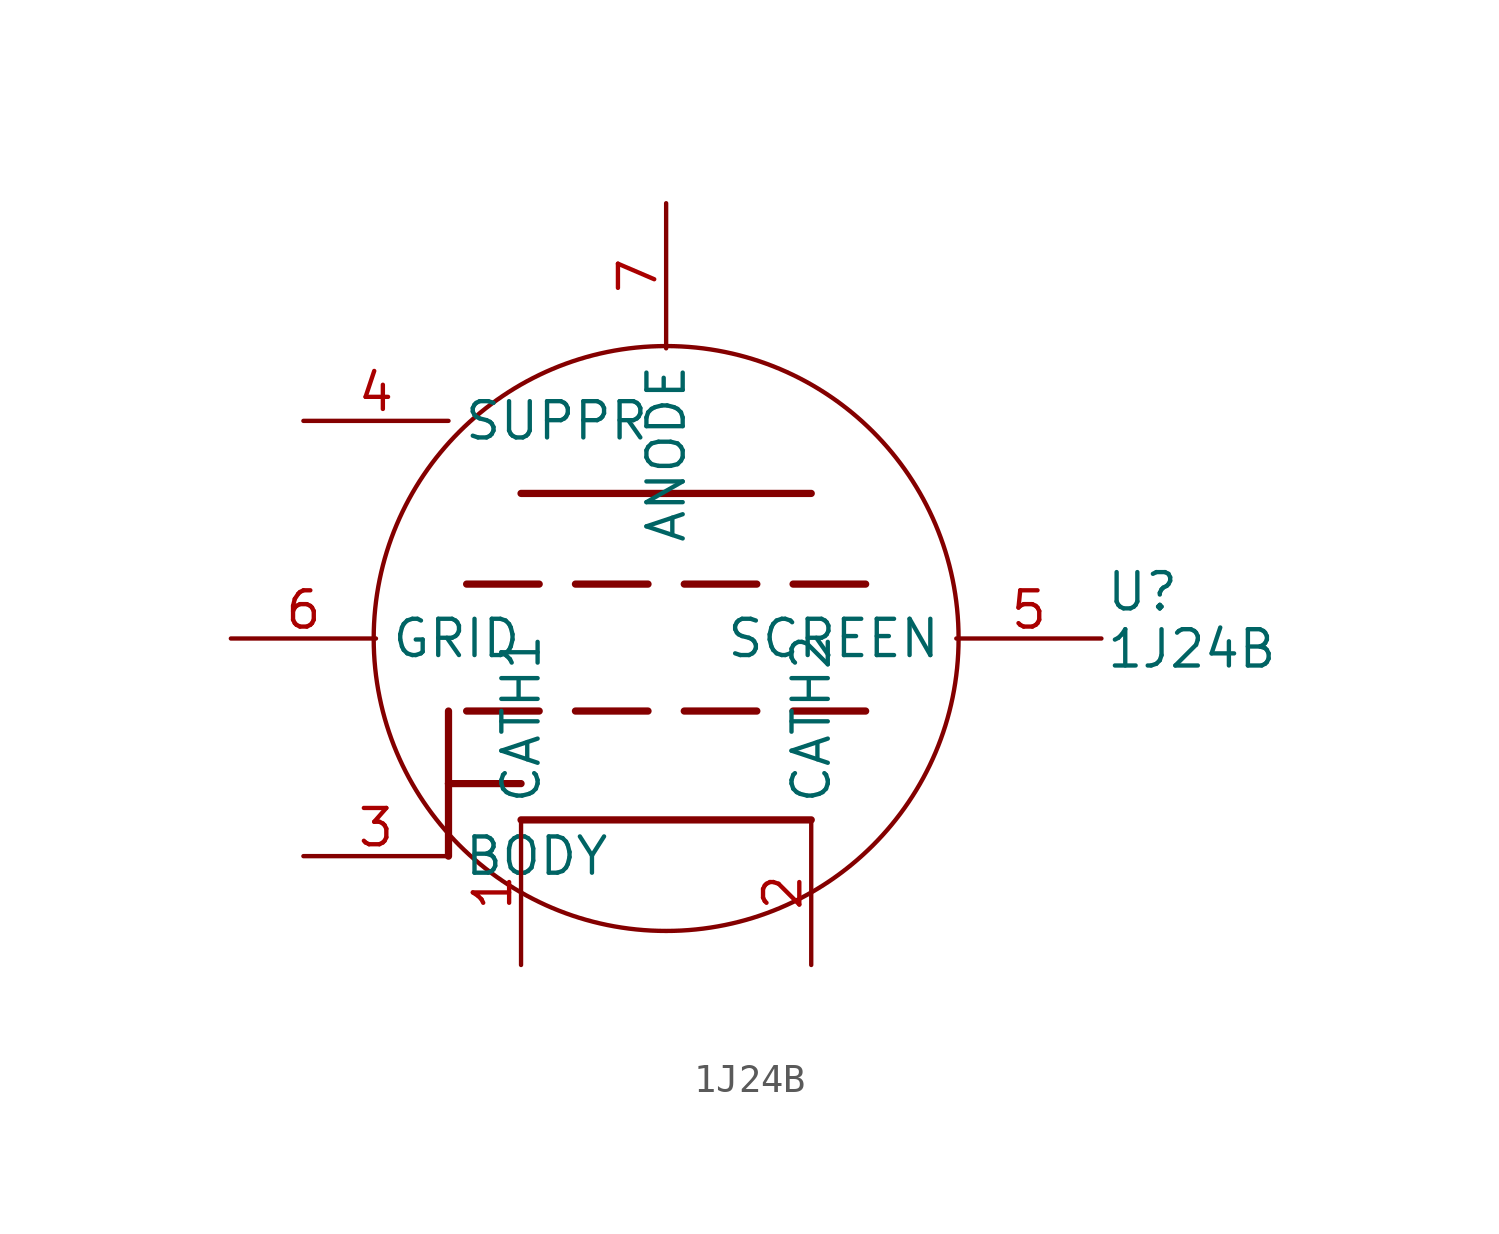
<source format=kicad_sym>
(kicad_symbol_lib
  (version 20220914)
  (generator kicad_symbol_editor)
  (symbol "1J24B"
    (property "Reference" "U"
      (at 15.37 1.635 360)
      (effects (font (size 1.27 1.27)) (justify left)))
    (property "Value" "1J24B"
      (at 15.37 -0.365 360)
      (effects (font (size 1.27 1.27)) (justify left)))
    (symbol "1J24B_1_0"
      (polyline (pts (xy -7.62 -5.08) (xy -7.62 -7.62)) (stroke (width 0.254) (type solid)) (fill (type none)))
      (polyline (pts (xy -7.62 -2.54) (xy -7.62 -5.08)) (stroke (width 0.254) (type solid)) (fill (type none)))
      (polyline (pts (xy -6.985 -2.54) (xy -4.445 -2.54)) (stroke (width 0.254) (type solid)) (fill (type none)))
      (polyline (pts (xy -6.985 1.905) (xy -4.445 1.905)) (stroke (width 0.254) (type solid)) (fill (type none)))
      (polyline (pts (xy -5.08 -6.35) (xy 5.08 -6.35)) (stroke (width 0.254) (type solid)) (fill (type none)))
      (polyline (pts (xy -5.08 -5.08) (xy -7.62 -5.08)) (stroke (width 0.254) (type solid)) (fill (type none)))
      (polyline (pts (xy -5.08 5.08) (xy 0 5.08)) (stroke (width 0.254) (type solid)) (fill (type none)))
      (polyline (pts (xy -3.175 -2.54) (xy -0.635 -2.54)) (stroke (width 0.254) (type solid)) (fill (type none)))
      (polyline (pts (xy -3.175 1.905) (xy -0.635 1.905)) (stroke (width 0.254) (type solid)) (fill (type none)))
      (polyline (pts (xy 0 5.08) (xy 5.08 5.08)) (stroke (width 0.254) (type solid)) (fill (type none)))
      (polyline (pts (xy 0.635 -2.54) (xy 3.175 -2.54)) (stroke (width 0.254) (type solid)) (fill (type none)))
      (polyline (pts (xy 0.635 1.905) (xy 3.175 1.905)) (stroke (width 0.254) (type solid)) (fill (type none)))
      (polyline (pts (xy 4.445 -2.54) (xy 6.985 -2.54)) (stroke (width 0.254) (type solid)) (fill (type none)))
      (polyline (pts (xy 4.445 1.905) (xy 6.985 1.905)) (stroke (width 0.254) (type solid)) (fill (type none))))
    (symbol "1J24B_1_1"
      (circle (center 0 0) (radius 10.239) (stroke (width 0) (type default)) (fill (type none)))
      (pin input line (at -5.08 -11.43 90) (length 5.08) (name "CATH1" (effects (font (size 1.27 1.27)))) (number "1" (effects (font (size 1.27 1.27)))))
      (pin input line (at 5.08 -11.43 90) (length 5.08) (name "CATH2" (effects (font (size 1.27 1.27)))) (number "2" (effects (font (size 1.27 1.27)))))
      (pin input line (at -12.7 -7.62 0) (length 5.08) (name "BODY" (effects (font (size 1.27 1.27)))) (number "3" (effects (font (size 1.27 1.27)))))
      (pin input line (at -12.7 7.62 0) (length 5.08) (name "SUPPR" (effects (font (size 1.27 1.27)))) (number "4" (effects (font (size 1.27 1.27)))))
      (pin input line (at 15.24 0 180) (length 5.08) (name "SCREEN" (effects (font (size 1.27 1.27)))) (number "5" (effects (font (size 1.27 1.27)))))
      (pin input line (at -15.24 0 0) (length 5.08) (name "GRID" (effects (font (size 1.27 1.27)))) (number "6" (effects (font (size 1.27 1.27)))))
      (pin input line (at 0 15.24 270) (length 5.08) (name "ANODE" (effects (font (size 1.27 1.27)))) (number "7" (effects (font (size 1.27 1.27))))))))
</source>
